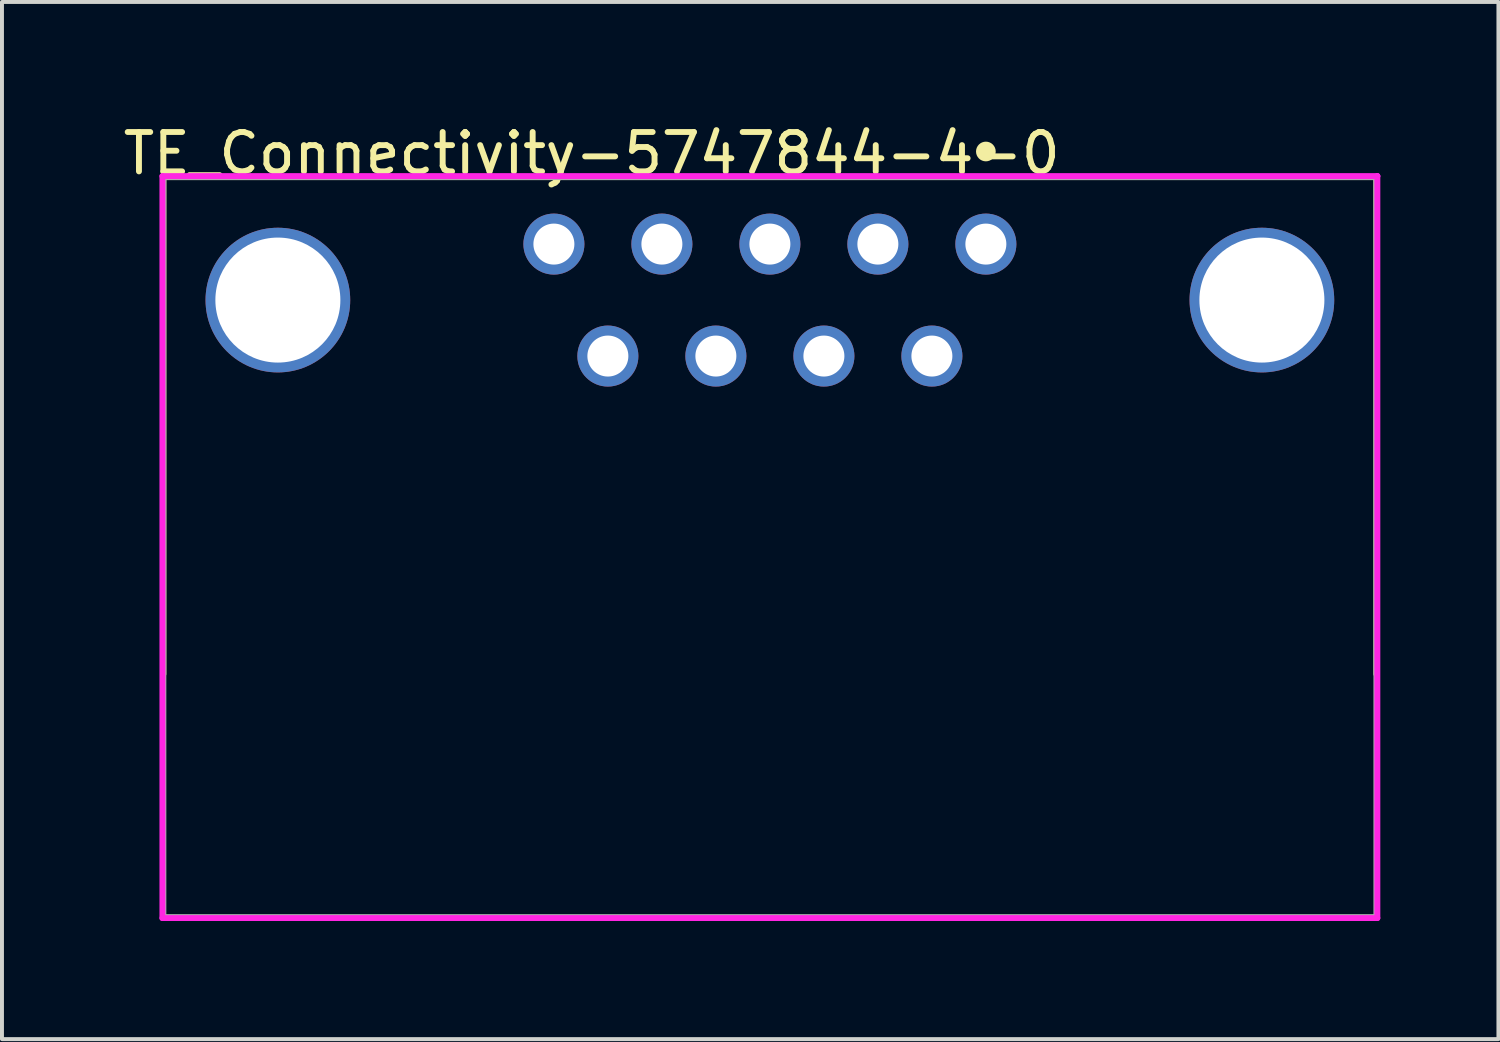
<source format=kicad_pcb>
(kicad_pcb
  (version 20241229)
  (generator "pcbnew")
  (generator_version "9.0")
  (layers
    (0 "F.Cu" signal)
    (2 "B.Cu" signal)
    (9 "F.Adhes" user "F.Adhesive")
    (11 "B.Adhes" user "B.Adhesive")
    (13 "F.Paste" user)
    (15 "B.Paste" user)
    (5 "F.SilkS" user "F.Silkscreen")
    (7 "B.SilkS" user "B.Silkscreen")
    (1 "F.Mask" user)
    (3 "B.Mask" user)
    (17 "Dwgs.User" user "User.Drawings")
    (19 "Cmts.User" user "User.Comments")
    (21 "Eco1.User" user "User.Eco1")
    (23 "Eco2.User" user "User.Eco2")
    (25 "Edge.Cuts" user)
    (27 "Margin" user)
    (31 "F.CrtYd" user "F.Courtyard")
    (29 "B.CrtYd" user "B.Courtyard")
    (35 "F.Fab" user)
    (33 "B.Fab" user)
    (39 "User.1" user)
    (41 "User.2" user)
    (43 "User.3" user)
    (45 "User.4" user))
  (footprint "TE_Connectivity-5747844-4-0"
    (layer "F.Cu")
    (at 16.505 4.572)
    (property "Reference" "TE_Connectivity-5747844-4-0" (at -16.505 -3.724 0) (layer "F.SilkS") (effects (font (size 1 1) (thickness 0.15)) (justify left)))
    (attr through_hole)
    (fp_line (start -15.405 -3.124) (end 15.405 -3.124) (stroke (width 0.15) (type solid)) (layer "F.SilkS"))
    (fp_line (start -15.405 9.5) (end -15.405 -3.124) (stroke (width 0.15) (type solid)) (layer "F.SilkS"))
    (fp_line (start 15.405 9.5) (end 15.405 -3.124) (stroke (width 0.15) (type solid)) (layer "F.SilkS"))
    (fp_circle (center 5.486 -3.774) (end 5.611 -3.774) (stroke (width 0.25) (type solid)) (fill no) (layer "F.SilkS"))
    (fp_line (start -15.43 -3.149) (end -15.43 15.697) (stroke (width 0.15) (type solid)) (layer "F.CrtYd"))
    (fp_line (start -15.43 15.697) (end 15.43 15.697) (stroke (width 0.15) (type solid)) (layer "F.CrtYd"))
    (fp_line (start 15.43 -3.149) (end -15.43 -3.149) (stroke (width 0.15) (type solid)) (layer "F.CrtYd"))
    (fp_line (start 15.43 -3.149) (end 15.43 -3.149) (stroke (width 0.15) (type solid)) (layer "F.CrtYd"))
    (fp_line (start 15.43 15.697) (end 15.43 -3.149) (stroke (width 0.15) (type solid)) (layer "F.CrtYd"))
    (fp_line (start -15.405 -3.124) (end 15.405 -3.124) (stroke (width 0.15) (type solid)) (layer "F.Fab"))
    (fp_line (start -15.405 15.672) (end -15.405 -3.124) (stroke (width 0.15) (type solid)) (layer "F.Fab"))
    (fp_line (start 15.405 -3.124) (end 15.405 15.672) (stroke (width 0.15) (type solid)) (layer "F.Fab"))
    (fp_line (start 15.405 15.672) (end -15.405 15.672) (stroke (width 0.15) (type solid)) (layer "F.Fab"))
    (pad "1" thru_hole circle (at 5.486 -1.422 180) (size 1.55 1.55) (drill 1.041) (layers "*.Cu" "*.Mask"))
    (pad "2" thru_hole circle (at 2.743 -1.422 180) (size 1.55 1.55) (drill 1.041) (layers "*.Cu" "*.Mask"))
    (pad "3" thru_hole circle (at 0 -1.422 180) (size 1.55 1.55) (drill 1.041) (layers "*.Cu" "*.Mask"))
    (pad "4" thru_hole circle (at -2.743 -1.422 180) (size 1.55 1.55) (drill 1.041) (layers "*.Cu" "*.Mask"))
    (pad "5" thru_hole circle (at -5.486 -1.422 180) (size 1.55 1.55) (drill 1.041) (layers "*.Cu" "*.Mask"))
    (pad "6" thru_hole circle (at 4.115 1.422 180) (size 1.55 1.55) (drill 1.041) (layers "*.Cu" "*.Mask"))
    (pad "7" thru_hole circle (at 1.372 1.422 180) (size 1.55 1.55) (drill 1.041) (layers "*.Cu" "*.Mask"))
    (pad "8" thru_hole circle (at -1.372 1.422 180) (size 1.55 1.55) (drill 1.041) (layers "*.Cu" "*.Mask"))
    (pad "9" thru_hole circle (at -4.115 1.422 180) (size 1.55 1.55) (drill 1.041) (layers "*.Cu" "*.Mask"))
    (pad "~" thru_hole circle (at -12.497 0 180) (size 3.675 3.675) (drill 3.175) (layers "*.Cu" "*.Mask"))
    (pad "~" thru_hole circle (at 12.497 0 180) (size 3.675 3.675) (drill 3.175) (layers "*.Cu" "*.Mask")))
  (gr_rect
    (start -3 -3)
    (end 35.01 23.344)
    (stroke (width 0.1) (type default))
    (fill no)
    (layer "Edge.Cuts")))
</source>
